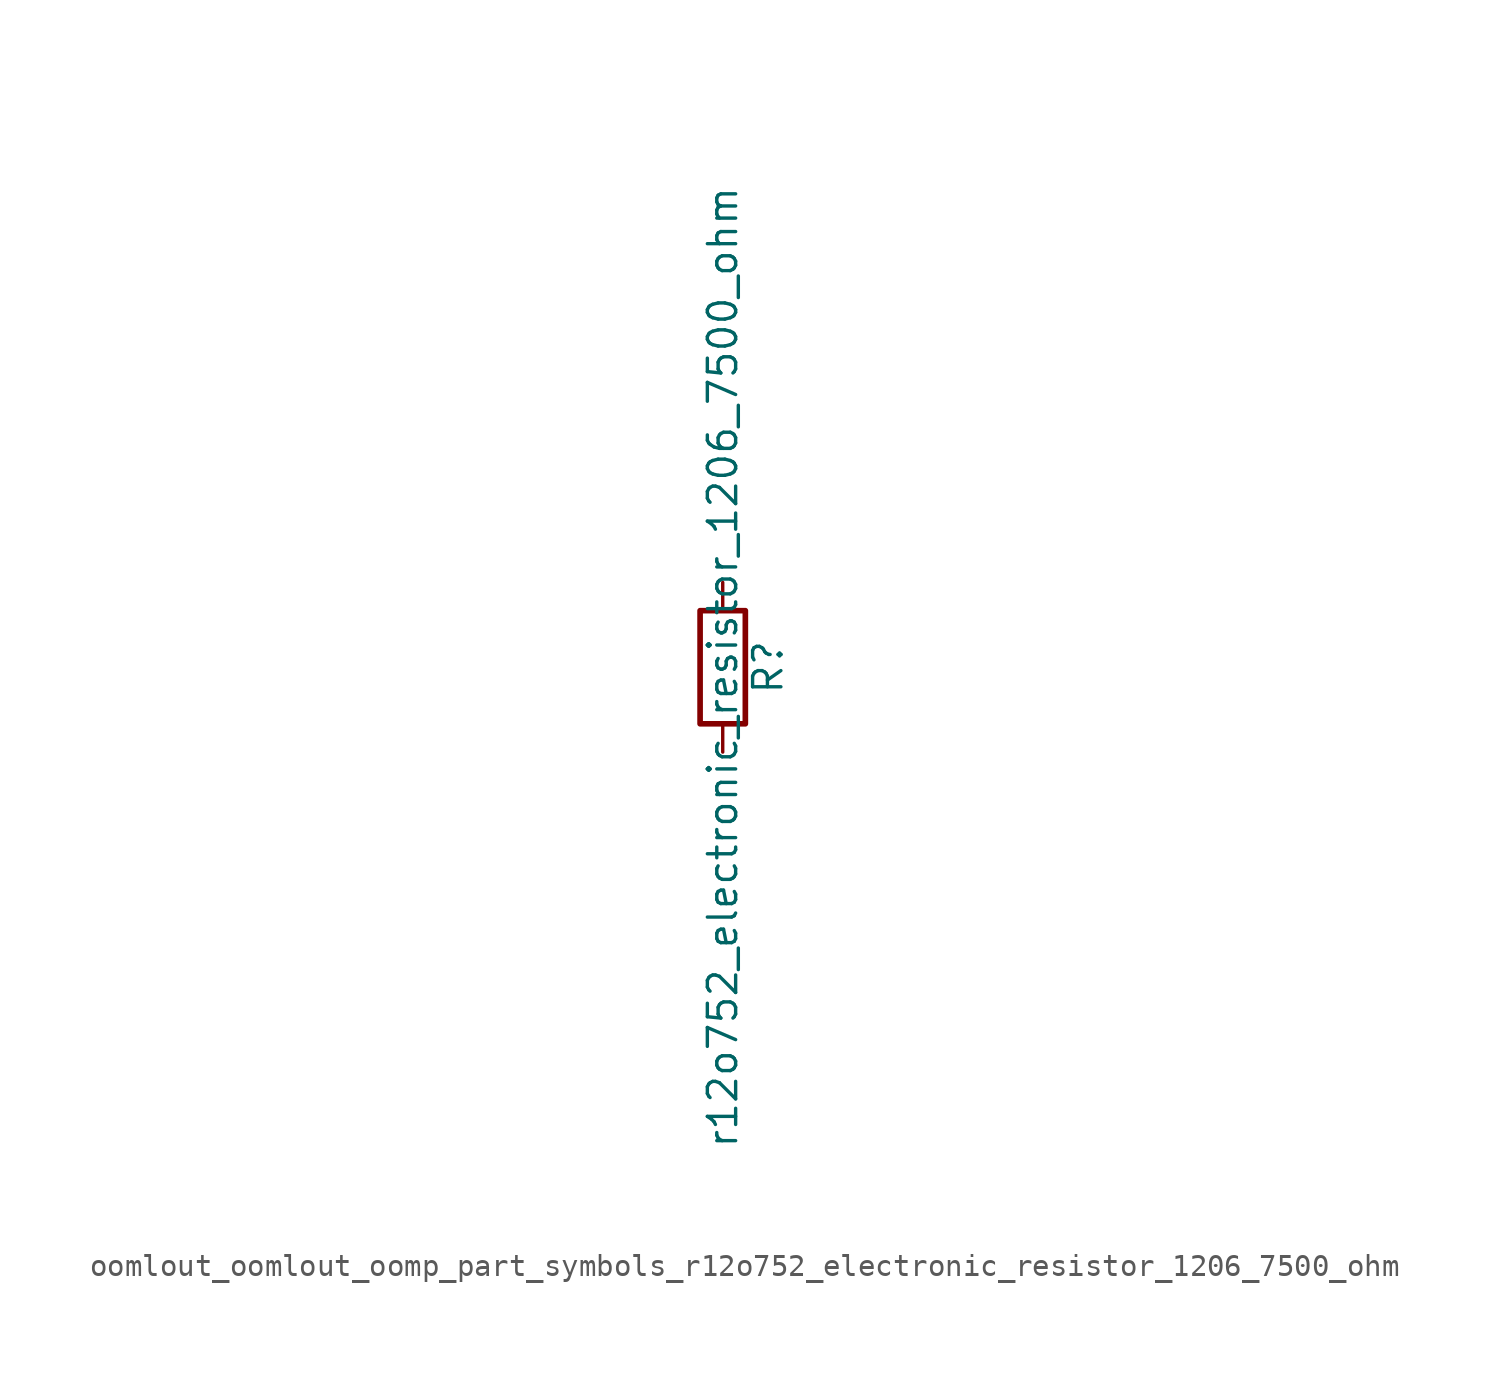
<source format=kicad_sym>
(kicad_symbol_lib
  (version 20220914)
  (generator kicad_symbol_editor)
  (symbol "oomlout_oomlout_oomp_part_symbols_r12o752_electronic_resistor_1206_7500_ohm"
    (pin_numbers hide)
    (pin_names
      (offset 0))
    (property "Reference" "R"
      (at 2.032 0 90)
      (effects (font (size 1.27 1.27))))
    (property "Value" "r12o752_electronic_resistor_1206_7500_ohm"
      (at 0 0 90)
      (effects (font (size 1.27 1.27))))
    (symbol "oomlout_oomlout_oomp_part_symbols_r12o752_electronic_resistor_1206_7500_ohm_0_1"
      (rectangle (start -1.016 -2.54) (end 1.016 2.54) (stroke (width 0.254) (type default)) (fill (type none))))
    (symbol "oomlout_oomlout_oomp_part_symbols_r12o752_electronic_resistor_1206_7500_ohm_1_1"
      (pin passive line (at 0 3.81 270) (length 1.27) (name "~" (effects (font (size 1.27 1.27)))) (number "1" (effects (font (size 1.27 1.27)))))
      (pin passive line (at 0 -3.81 90) (length 1.27) (name "~" (effects (font (size 1.27 1.27)))) (number "2" (effects (font (size 1.27 1.27))))))))
</source>
